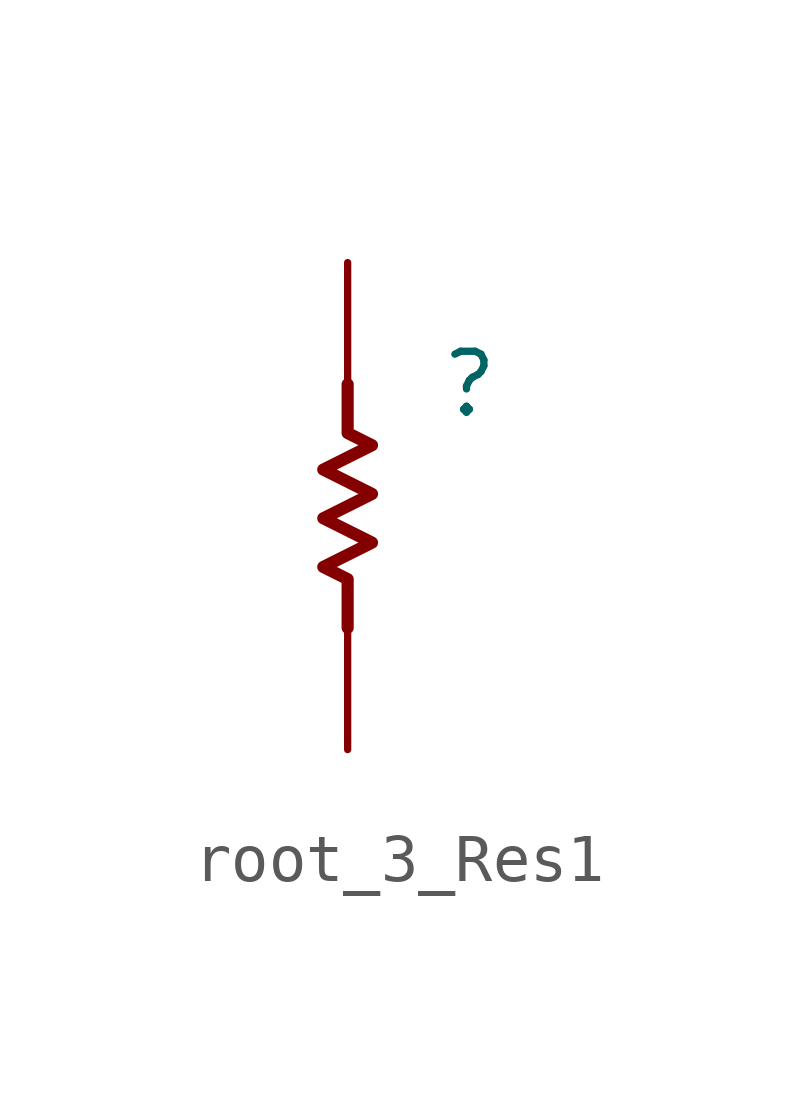
<source format=kicad_sym>
(kicad_symbol_lib
  (version 20231120)
  (generator "kicad_symbol_editor")
  (generator_version "8.0")
  (symbol "root_3_Res1"
    (property "Reference" ""
      (at 0 0 0)
      (effects (font (size 1.27 1.27))))
    (property "Value" ""
      (at 0 0 0)
      (effects (font (size 1.27 1.27))))
    (symbol "root_3_Res1_1_0"
      (polyline (pts (xy -2.54 -5.08) (xy -2.54 -4.064) (xy -3.048 -3.81) (xy -2.032 -3.302) (xy -3.048 -2.794) (xy -2.032 -2.286) (xy -3.048 -1.778) (xy -2.032 -1.27) (xy -2.54 -1.016) (xy -2.54 0)) (stroke (width 0.254) (type solid)) (fill (type none)))
      (pin passive line (at -2.54 2.54 270) (length 2.54) (name "1" (effects (font (size 0 0)))) (number "1" (effects (font (size 0 0)))))
      (pin passive line (at -2.54 -7.62 90) (length 2.54) (name "2" (effects (font (size 0 0)))) (number "2" (effects (font (size 0 0))))))))
</source>
